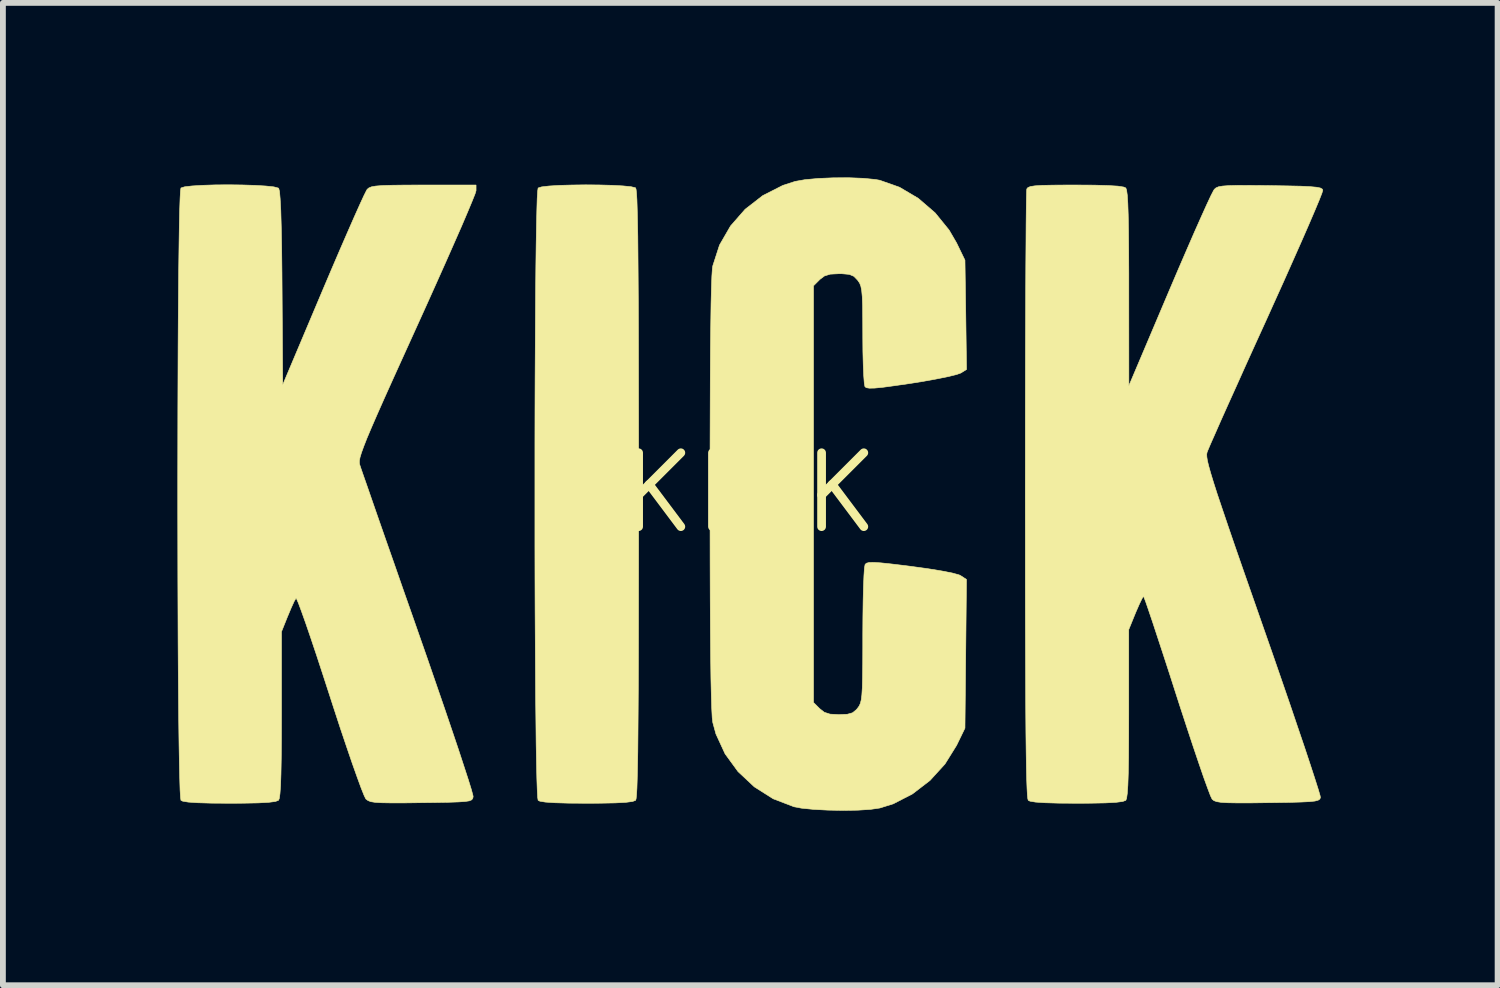
<source format=kicad_pcb>
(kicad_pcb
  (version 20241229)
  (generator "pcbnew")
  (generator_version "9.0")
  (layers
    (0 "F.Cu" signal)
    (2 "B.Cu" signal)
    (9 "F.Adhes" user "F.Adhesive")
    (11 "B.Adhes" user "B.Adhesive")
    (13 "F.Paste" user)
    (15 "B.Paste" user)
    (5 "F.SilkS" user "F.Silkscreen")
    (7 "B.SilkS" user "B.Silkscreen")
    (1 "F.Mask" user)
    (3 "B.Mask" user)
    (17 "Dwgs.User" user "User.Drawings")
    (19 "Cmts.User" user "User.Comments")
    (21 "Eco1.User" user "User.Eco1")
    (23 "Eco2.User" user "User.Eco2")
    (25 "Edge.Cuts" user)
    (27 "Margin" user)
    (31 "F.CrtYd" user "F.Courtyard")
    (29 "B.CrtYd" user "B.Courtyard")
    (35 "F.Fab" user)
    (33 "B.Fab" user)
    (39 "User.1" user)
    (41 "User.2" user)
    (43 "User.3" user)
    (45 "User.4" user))
  (footprint "KICK"
    (layer "F.Cu")
    (at 9.831 5.422)
    (property "Reference" "KICK" (at 0 0 0) (layer "F.SilkS") (effects (font (size 1.27 1.27) (thickness 0.15))))
    (attr through_hole)
    (fp_poly (pts (xy -2.581 -5.293) (xy -2.362 -5.287) (xy -2.175 -5.277) (xy -2.035 -5.263) (xy -1.961 -5.245) (xy -1.956 -5.241) (xy -1.948 -5.214) (xy -1.941 -5.147) (xy -1.934 -5.037) (xy -1.929 -4.88) (xy -1.924 -4.674) (xy -1.919 -4.413) (xy -1.916 -4.096) (xy -1.913 -3.718) (xy -1.91 -3.277) (xy -1.908 -2.768) (xy -1.907 -2.188) (xy -1.906 -1.534) (xy -1.905 -0.802) (xy -1.905 0.011) (xy -1.905 0.021) (xy -1.905 0.835) (xy -1.906 1.568) (xy -1.907 2.223) (xy -1.908 2.804) (xy -1.91 3.313) (xy -1.913 3.756) (xy -1.916 4.134) (xy -1.919 4.452) (xy -1.924 4.713) (xy -1.929 4.921) (xy -1.934 5.078) (xy -1.941 5.188) (xy -1.948 5.256) (xy -1.956 5.283) (xy -1.956 5.283) (xy -2.008 5.303) (xy -2.124 5.318) (xy -2.309 5.328) (xy -2.569 5.333) (xy -2.794 5.334) (xy -3.109 5.332) (xy -3.344 5.325) (xy -3.507 5.314) (xy -3.603 5.298) (xy -3.632 5.283) (xy -3.64 5.234) (xy -3.647 5.106) (xy -3.654 4.906) (xy -3.66 4.64) (xy -3.666 4.314) (xy -3.67 3.936) (xy -3.675 3.51) (xy -3.678 3.043) (xy -3.681 2.542) (xy -3.684 2.012) (xy -3.686 1.461) (xy -3.687 0.894) (xy -3.687 0.317) (xy -3.687 -0.263) (xy -3.687 -0.839) (xy -3.686 -1.407) (xy -3.684 -1.959) (xy -3.681 -2.489) (xy -3.678 -2.991) (xy -3.675 -3.458) (xy -3.671 -3.885) (xy -3.666 -4.265) (xy -3.66 -4.591) (xy -3.654 -4.859) (xy -3.648 -5.06) (xy -3.64 -5.189) (xy -3.632 -5.241) (xy -3.632 -5.241) (xy -3.572 -5.26) (xy -3.443 -5.275) (xy -3.263 -5.286) (xy -3.048 -5.292) (xy -2.816 -5.295) (xy -2.581 -5.293)) (stroke (width 0.01) (type solid)) (fill yes) (layer "F.SilkS"))
    (fp_poly (pts (xy 1.962 -5.407) (xy 2.165 -5.387) (xy 2.239 -5.374) (xy 2.579 -5.254) (xy 2.902 -5.063) (xy 3.192 -4.813) (xy 3.432 -4.517) (xy 3.56 -4.297) (xy 3.704 -4) (xy 3.718 -3.061) (xy 3.731 -2.122) (xy 3.633 -2.061) (xy 3.56 -2.035) (xy 3.419 -2) (xy 3.226 -1.961) (xy 2.995 -1.919) (xy 2.778 -1.884) (xy 2.501 -1.844) (xy 2.296 -1.816) (xy 2.153 -1.802) (xy 2.061 -1.8) (xy 2.008 -1.809) (xy 1.985 -1.827) (xy 1.974 -1.885) (xy 1.964 -2.014) (xy 1.956 -2.2) (xy 1.95 -2.429) (xy 1.948 -2.686) (xy 1.948 -2.714) (xy 1.947 -3.001) (xy 1.945 -3.216) (xy 1.939 -3.372) (xy 1.929 -3.48) (xy 1.914 -3.555) (xy 1.893 -3.608) (xy 1.863 -3.651) (xy 1.86 -3.656) (xy 1.795 -3.723) (xy 1.717 -3.756) (xy 1.596 -3.767) (xy 1.54 -3.768) (xy 1.389 -3.76) (xy 1.289 -3.729) (xy 1.207 -3.667) (xy 1.205 -3.664) (xy 1.101 -3.56) (xy 1.101 3.602) (xy 1.205 3.706) (xy 1.286 3.77) (xy 1.385 3.802) (xy 1.534 3.81) (xy 1.54 3.81) (xy 1.683 3.804) (xy 1.772 3.779) (xy 1.838 3.725) (xy 1.86 3.698) (xy 1.886 3.662) (xy 1.906 3.618) (xy 1.921 3.559) (xy 1.932 3.472) (xy 1.94 3.348) (xy 1.944 3.177) (xy 1.947 2.947) (xy 1.948 2.65) (xy 1.948 2.439) (xy 1.95 2.132) (xy 1.954 1.852) (xy 1.96 1.61) (xy 1.968 1.418) (xy 1.977 1.287) (xy 1.988 1.229) (xy 1.988 1.229) (xy 2.011 1.208) (xy 2.056 1.196) (xy 2.135 1.194) (xy 2.258 1.202) (xy 2.439 1.221) (xy 2.688 1.251) (xy 2.781 1.263) (xy 3.065 1.302) (xy 3.304 1.341) (xy 3.488 1.377) (xy 3.604 1.409) (xy 3.632 1.423) (xy 3.73 1.487) (xy 3.704 4.043) (xy 3.56 4.339) (xy 3.361 4.659) (xy 3.103 4.942) (xy 2.801 5.174) (xy 2.471 5.344) (xy 2.239 5.416) (xy 2.08 5.439) (xy 1.862 5.453) (xy 1.609 5.457) (xy 1.348 5.452) (xy 1.101 5.439) (xy 0.893 5.418) (xy 0.766 5.394) (xy 0.408 5.257) (xy 0.084 5.052) (xy -0.196 4.79) (xy -0.419 4.484) (xy -0.576 4.143) (xy -0.63 3.946) (xy -0.64 3.863) (xy -0.648 3.71) (xy -0.655 3.486) (xy -0.662 3.188) (xy -0.667 2.814) (xy -0.671 2.364) (xy -0.674 1.835) (xy -0.676 1.226) (xy -0.677 0.535) (xy -0.677 0.021) (xy -0.677 -0.726) (xy -0.675 -1.39) (xy -0.673 -1.973) (xy -0.67 -2.476) (xy -0.665 -2.902) (xy -0.66 -3.25) (xy -0.653 -3.524) (xy -0.646 -3.725) (xy -0.637 -3.855) (xy -0.63 -3.903) (xy -0.514 -4.261) (xy -0.325 -4.588) (xy -0.074 -4.875) (xy 0.23 -5.111) (xy 0.575 -5.286) (xy 0.785 -5.354) (xy 0.955 -5.384) (xy 1.184 -5.405) (xy 1.446 -5.416) (xy 1.714 -5.417) (xy 1.962 -5.407)) (stroke (width 0.01) (type solid)) (fill yes) (layer "F.SilkS"))
    (fp_poly (pts (xy -8.719 -5.293) (xy -8.5 -5.286) (xy -8.313 -5.275) (xy -8.173 -5.26) (xy -8.098 -5.24) (xy -8.091 -5.235) (xy -8.077 -5.182) (xy -8.066 -5.056) (xy -8.055 -4.855) (xy -8.047 -4.577) (xy -8.04 -4.221) (xy -8.035 -3.783) (xy -8.033 -3.518) (xy -8.022 -1.858) (xy -7.328 -3.501) (xy -7.178 -3.854) (xy -7.036 -4.185) (xy -6.906 -4.484) (xy -6.792 -4.744) (xy -6.697 -4.956) (xy -6.626 -5.11) (xy -6.581 -5.2) (xy -6.57 -5.218) (xy -6.541 -5.242) (xy -6.496 -5.261) (xy -6.423 -5.274) (xy -6.31 -5.283) (xy -6.148 -5.288) (xy -5.924 -5.291) (xy -5.627 -5.292) (xy -5.603 -5.292) (xy -4.699 -5.292) (xy -4.699 -5.196) (xy -4.716 -5.14) (xy -4.766 -5.015) (xy -4.844 -4.828) (xy -4.948 -4.584) (xy -5.076 -4.293) (xy -5.223 -3.96) (xy -5.387 -3.593) (xy -5.564 -3.199) (xy -5.719 -2.857) (xy -5.935 -2.381) (xy -6.119 -1.975) (xy -6.272 -1.635) (xy -6.397 -1.353) (xy -6.497 -1.123) (xy -6.574 -0.941) (xy -6.63 -0.798) (xy -6.669 -0.69) (xy -6.693 -0.611) (xy -6.704 -0.553) (xy -6.704 -0.512) (xy -6.699 -0.487) (xy -6.679 -0.426) (xy -6.633 -0.293) (xy -6.563 -0.093) (xy -6.473 0.167) (xy -6.365 0.478) (xy -6.24 0.836) (xy -6.101 1.232) (xy -5.952 1.66) (xy -5.793 2.112) (xy -5.698 2.384) (xy -5.536 2.847) (xy -5.384 3.288) (xy -5.242 3.7) (xy -5.114 4.077) (xy -5.001 4.412) (xy -4.907 4.699) (xy -4.832 4.929) (xy -4.78 5.097) (xy -4.753 5.197) (xy -4.749 5.22) (xy -4.756 5.251) (xy -4.774 5.275) (xy -4.813 5.292) (xy -4.884 5.303) (xy -4.999 5.311) (xy -5.169 5.317) (xy -5.403 5.321) (xy -5.64 5.324) (xy -5.937 5.328) (xy -6.161 5.328) (xy -6.323 5.325) (xy -6.435 5.318) (xy -6.51 5.306) (xy -6.557 5.287) (xy -6.59 5.262) (xy -6.593 5.26) (xy -6.621 5.204) (xy -6.672 5.077) (xy -6.742 4.886) (xy -6.829 4.641) (xy -6.928 4.351) (xy -7.038 4.024) (xy -7.154 3.669) (xy -7.215 3.48) (xy -7.332 3.12) (xy -7.441 2.787) (xy -7.541 2.489) (xy -7.628 2.235) (xy -7.7 2.033) (xy -7.753 1.891) (xy -7.785 1.818) (xy -7.793 1.809) (xy -7.824 1.862) (xy -7.874 1.971) (xy -7.933 2.112) (xy -7.934 2.113) (xy -8.043 2.385) (xy -8.043 3.809) (xy -8.044 4.227) (xy -8.047 4.566) (xy -8.052 4.832) (xy -8.059 5.031) (xy -8.069 5.169) (xy -8.081 5.252) (xy -8.094 5.283) (xy -8.147 5.303) (xy -8.263 5.318) (xy -8.448 5.328) (xy -8.708 5.333) (xy -8.932 5.334) (xy -9.247 5.332) (xy -9.483 5.325) (xy -9.645 5.314) (xy -9.741 5.298) (xy -9.771 5.283) (xy -9.778 5.234) (xy -9.786 5.106) (xy -9.792 4.906) (xy -9.798 4.64) (xy -9.804 4.314) (xy -9.809 3.936) (xy -9.813 3.51) (xy -9.817 3.043) (xy -9.82 2.542) (xy -9.822 2.012) (xy -9.824 1.461) (xy -9.825 0.894) (xy -9.826 0.317) (xy -9.826 -0.263) (xy -9.825 -0.839) (xy -9.824 -1.407) (xy -9.822 -1.959) (xy -9.82 -2.489) (xy -9.817 -2.991) (xy -9.813 -3.458) (xy -9.809 -3.885) (xy -9.804 -4.265) (xy -9.799 -4.591) (xy -9.793 -4.859) (xy -9.786 -5.06) (xy -9.779 -5.189) (xy -9.771 -5.241) (xy -9.771 -5.241) (xy -9.709 -5.261) (xy -9.58 -5.276) (xy -9.4 -5.287) (xy -9.186 -5.294) (xy -8.953 -5.296) (xy -8.719 -5.293)) (stroke (width 0.01) (type solid)) (fill yes) (layer "F.SilkS"))
    (fp_poly (pts (xy 5.924 -5.29) (xy 6.165 -5.283) (xy 6.332 -5.273) (xy 6.433 -5.257) (xy 6.469 -5.241) (xy 6.482 -5.204) (xy 6.494 -5.118) (xy 6.503 -4.979) (xy 6.51 -4.78) (xy 6.515 -4.516) (xy 6.518 -4.182) (xy 6.52 -3.771) (xy 6.52 -3.516) (xy 6.521 -1.841) (xy 7.221 -3.492) (xy 7.372 -3.846) (xy 7.515 -4.177) (xy 7.646 -4.478) (xy 7.762 -4.739) (xy 7.858 -4.952) (xy 7.931 -5.108) (xy 7.978 -5.199) (xy 7.99 -5.218) (xy 8.019 -5.243) (xy 8.063 -5.262) (xy 8.132 -5.274) (xy 8.239 -5.282) (xy 8.395 -5.286) (xy 8.61 -5.285) (xy 8.897 -5.283) (xy 8.95 -5.282) (xy 9.25 -5.277) (xy 9.476 -5.272) (xy 9.638 -5.264) (xy 9.747 -5.254) (xy 9.812 -5.241) (xy 9.845 -5.222) (xy 9.854 -5.204) (xy 9.84 -5.154) (xy 9.793 -5.034) (xy 9.717 -4.852) (xy 9.615 -4.614) (xy 9.49 -4.328) (xy 9.345 -4.001) (xy 9.184 -3.639) (xy 9.009 -3.252) (xy 8.887 -2.981) (xy 8.703 -2.577) (xy 8.529 -2.193) (xy 8.369 -1.836) (xy 8.224 -1.515) (xy 8.099 -1.236) (xy 7.998 -1.006) (xy 7.922 -0.835) (xy 7.877 -0.728) (xy 7.865 -0.697) (xy 7.859 -0.665) (xy 7.861 -0.619) (xy 7.871 -0.554) (xy 7.893 -0.463) (xy 7.927 -0.342) (xy 7.975 -0.184) (xy 8.039 0.016) (xy 8.122 0.263) (xy 8.224 0.564) (xy 8.347 0.923) (xy 8.494 1.346) (xy 8.666 1.838) (xy 8.826 2.296) (xy 8.991 2.768) (xy 9.147 3.219) (xy 9.292 3.64) (xy 9.423 4.027) (xy 9.54 4.371) (xy 9.638 4.667) (xy 9.717 4.909) (xy 9.774 5.088) (xy 9.807 5.2) (xy 9.814 5.236) (xy 9.803 5.262) (xy 9.775 5.281) (xy 9.719 5.296) (xy 9.624 5.306) (xy 9.48 5.313) (xy 9.275 5.319) (xy 9 5.323) (xy 8.907 5.324) (xy 8.608 5.328) (xy 8.382 5.328) (xy 8.218 5.325) (xy 8.105 5.318) (xy 8.031 5.306) (xy 7.984 5.289) (xy 7.954 5.265) (xy 7.951 5.261) (xy 7.924 5.205) (xy 7.876 5.078) (xy 7.807 4.888) (xy 7.723 4.643) (xy 7.625 4.353) (xy 7.517 4.026) (xy 7.401 3.671) (xy 7.34 3.482) (xy 7.224 3.12) (xy 7.115 2.785) (xy 7.016 2.484) (xy 6.931 2.225) (xy 6.861 2.018) (xy 6.81 1.87) (xy 6.78 1.791) (xy 6.773 1.779) (xy 6.748 1.815) (xy 6.702 1.91) (xy 6.643 2.045) (xy 6.635 2.064) (xy 6.519 2.349) (xy 6.519 3.791) (xy 6.518 4.211) (xy 6.516 4.553) (xy 6.511 4.822) (xy 6.504 5.023) (xy 6.494 5.164) (xy 6.482 5.249) (xy 6.469 5.283) (xy 6.416 5.303) (xy 6.3 5.318) (xy 6.115 5.328) (xy 5.855 5.333) (xy 5.63 5.334) (xy 5.316 5.332) (xy 5.08 5.325) (xy 4.917 5.314) (xy 4.822 5.298) (xy 4.792 5.283) (xy 4.784 5.256) (xy 4.777 5.189) (xy 4.771 5.079) (xy 4.765 4.923) (xy 4.76 4.716) (xy 4.756 4.455) (xy 4.752 4.138) (xy 4.749 3.76) (xy 4.747 3.318) (xy 4.745 2.809) (xy 4.743 2.228) (xy 4.742 1.574) (xy 4.742 0.842) (xy 4.741 0.037) (xy 4.742 -0.62) (xy 4.742 -1.254) (xy 4.743 -1.86) (xy 4.744 -2.433) (xy 4.746 -2.967) (xy 4.748 -3.457) (xy 4.75 -3.898) (xy 4.753 -4.285) (xy 4.755 -4.613) (xy 4.758 -4.876) (xy 4.761 -5.069) (xy 4.764 -5.187) (xy 4.767 -5.225) (xy 4.786 -5.248) (xy 4.829 -5.266) (xy 4.907 -5.278) (xy 5.032 -5.286) (xy 5.215 -5.29) (xy 5.466 -5.292) (xy 5.605 -5.292) (xy 5.924 -5.29)) (stroke (width 0.01) (type solid)) (fill yes) (layer "F.SilkS")))
  (gr_rect
    (start -3 -3)
    (end 22.69 13.884)
    (stroke (width 0.1) (type default))
    (fill no)
    (layer "Edge.Cuts")))
</source>
